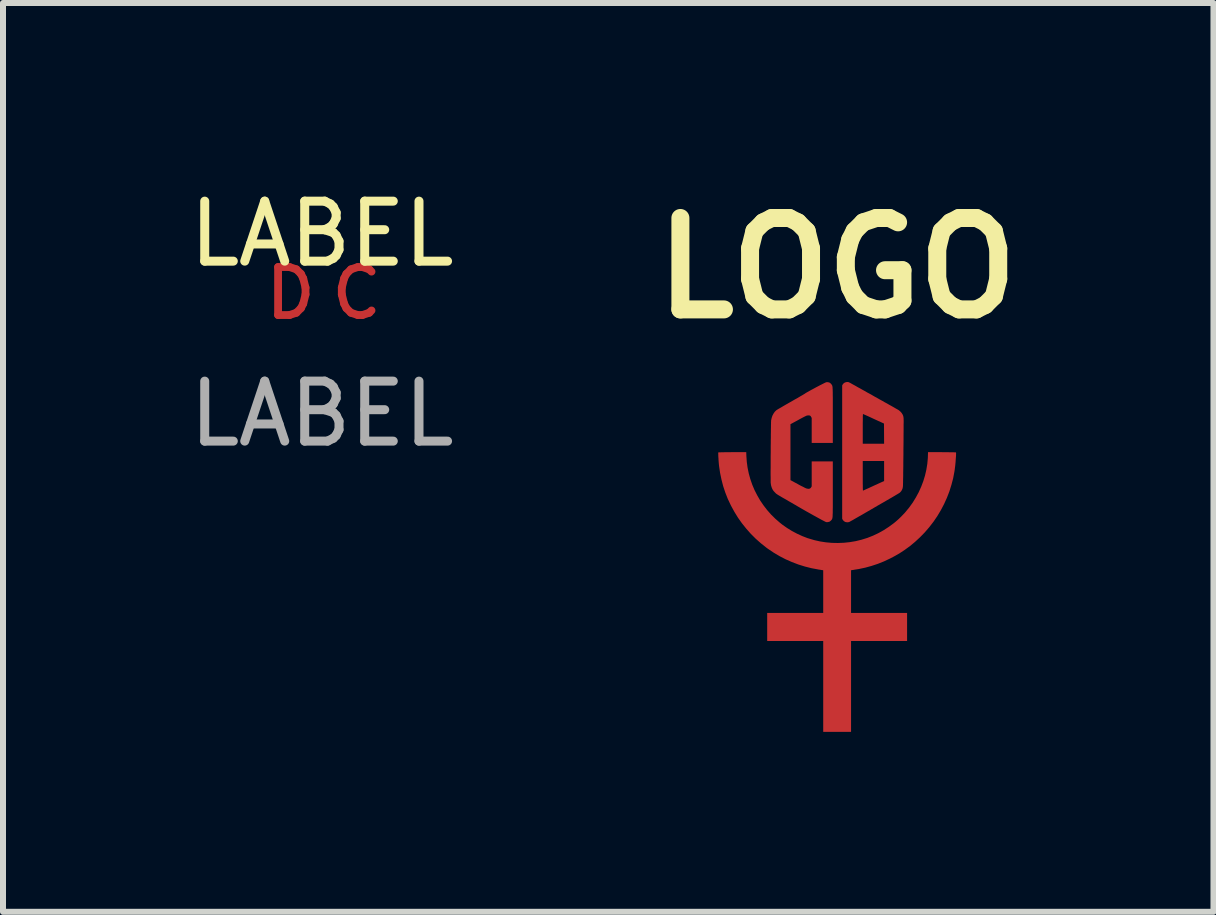
<source format=kicad_pcb>
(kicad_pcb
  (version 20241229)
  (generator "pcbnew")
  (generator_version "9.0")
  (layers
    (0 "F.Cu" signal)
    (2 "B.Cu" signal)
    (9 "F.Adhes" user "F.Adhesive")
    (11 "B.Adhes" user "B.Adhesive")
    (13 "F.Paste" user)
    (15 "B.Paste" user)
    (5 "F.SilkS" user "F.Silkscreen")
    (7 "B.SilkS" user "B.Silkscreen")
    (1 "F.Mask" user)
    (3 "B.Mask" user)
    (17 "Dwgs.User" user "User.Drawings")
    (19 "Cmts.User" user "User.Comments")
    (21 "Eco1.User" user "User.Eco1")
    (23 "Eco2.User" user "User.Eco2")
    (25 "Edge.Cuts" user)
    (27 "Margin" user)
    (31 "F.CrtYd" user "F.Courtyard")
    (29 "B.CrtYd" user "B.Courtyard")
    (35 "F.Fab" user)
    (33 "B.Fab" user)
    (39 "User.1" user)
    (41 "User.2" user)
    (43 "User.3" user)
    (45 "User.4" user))
  (footprint "LOGO"
    (layer "F.Cu")
    (at 10.904 6.418)
    (property "Reference" "LOGO" (at 0 -5 0) (layer "F.SilkS") (effects (font (size 1.524 1.524) (thickness 0.3))))
    (attr board_only exclude_from_pos_files exclude_from_bom)
    (fp_poly (pts (xy 0.188 -3.099) (xy 0.198 -3.095) (xy 0.202 -3.093) (xy 0.208 -3.09) (xy 0.22 -3.084) (xy 0.236 -3.075) (xy 0.257 -3.063) (xy 0.283 -3.049) (xy 0.312 -3.033) (xy 0.344 -3.014) (xy 0.38 -2.995) (xy 0.417 -2.974) (xy 0.457 -2.952) (xy 0.498 -2.928) (xy 0.541 -2.905) (xy 0.584 -2.881) (xy 0.627 -2.856) (xy 0.671 -2.832) (xy 0.713 -2.808) (xy 0.755 -2.785) (xy 0.795 -2.762) (xy 0.834 -2.741) (xy 0.87 -2.72) (xy 0.903 -2.702) (xy 0.933 -2.685) (xy 0.959 -2.67) (xy 0.981 -2.657) (xy 0.999 -2.647) (xy 1.012 -2.64) (xy 1.02 -2.635) (xy 1.021 -2.635) (xy 1.039 -2.621) (xy 1.057 -2.605) (xy 1.073 -2.587) (xy 1.085 -2.569) (xy 1.088 -2.564) (xy 1.094 -2.553) (xy 1.098 -2.543) (xy 1.102 -2.533) (xy 1.104 -2.522) (xy 1.106 -2.51) (xy 1.108 -2.495) (xy 1.108 -2.476) (xy 1.109 -2.454) (xy 1.109 -2.426) (xy 1.108 -2.398) (xy 1.108 -2.307) (xy 1.107 -2.219) (xy 1.107 -2.134) (xy 1.106 -2.052) (xy 1.105 -1.973) (xy 1.105 -1.898) (xy 1.104 -1.827) (xy 1.103 -1.761) (xy 1.103 -1.698) (xy 1.102 -1.64) (xy 1.101 -1.587) (xy 1.101 -1.539) (xy 1.1 -1.496) (xy 1.099 -1.459) (xy 1.099 -1.427) (xy 1.098 -1.401) (xy 1.098 -1.382) (xy 1.097 -1.369) (xy 1.097 -1.363) (xy 1.092 -1.331) (xy 1.082 -1.305) (xy 1.069 -1.282) (xy 1.051 -1.262) (xy 1.039 -1.252) (xy 1.033 -1.248) (xy 1.021 -1.241) (xy 1.005 -1.231) (xy 0.984 -1.219) (xy 0.96 -1.204) (xy 0.932 -1.188) (xy 0.902 -1.17) (xy 0.87 -1.152) (xy 0.836 -1.132) (xy 0.82 -1.123) (xy 0.749 -1.082) (xy 0.683 -1.044) (xy 0.623 -1.009) (xy 0.568 -0.977) (xy 0.518 -0.948) (xy 0.473 -0.922) (xy 0.432 -0.898) (xy 0.396 -0.877) (xy 0.363 -0.859) (xy 0.334 -0.842) (xy 0.309 -0.828) (xy 0.287 -0.815) (xy 0.268 -0.804) (xy 0.252 -0.795) (xy 0.239 -0.788) (xy 0.228 -0.782) (xy 0.219 -0.777) (xy 0.212 -0.773) (xy 0.207 -0.77) (xy 0.203 -0.768) (xy 0.2 -0.767) (xy 0.199 -0.766) (xy 0.181 -0.763) (xy 0.161 -0.763) (xy 0.141 -0.766) (xy 0.133 -0.769) (xy 0.112 -0.782) (xy 0.097 -0.799) (xy 0.091 -0.808) (xy 0.084 -0.822) (xy 0.084 -1.536) (xy 0.427 -1.536) (xy 0.427 -1.487) (xy 0.427 -1.445) (xy 0.427 -1.409) (xy 0.428 -1.378) (xy 0.428 -1.353) (xy 0.428 -1.332) (xy 0.429 -1.316) (xy 0.429 -1.304) (xy 0.43 -1.296) (xy 0.43 -1.291) (xy 0.431 -1.29) (xy 0.432 -1.29) (xy 0.435 -1.291) (xy 0.445 -1.296) (xy 0.459 -1.302) (xy 0.478 -1.311) (xy 0.501 -1.321) (xy 0.528 -1.333) (xy 0.557 -1.347) (xy 0.588 -1.361) (xy 0.609 -1.371) (xy 0.783 -1.45) (xy 0.783 -1.784) (xy 0.427 -1.784) (xy 0.427 -1.536) (xy 0.084 -1.536) (xy 0.084 -2.071) (xy 0.427 -2.071) (xy 0.783 -2.071) (xy 0.782 -2.24) (xy 0.781 -2.408) (xy 0.608 -2.487) (xy 0.576 -2.502) (xy 0.546 -2.516) (xy 0.518 -2.529) (xy 0.493 -2.54) (xy 0.471 -2.55) (xy 0.454 -2.557) (xy 0.441 -2.563) (xy 0.433 -2.566) (xy 0.432 -2.567) (xy 0.431 -2.566) (xy 0.43 -2.561) (xy 0.429 -2.554) (xy 0.429 -2.543) (xy 0.428 -2.528) (xy 0.428 -2.509) (xy 0.428 -2.485) (xy 0.428 -2.455) (xy 0.427 -2.421) (xy 0.427 -2.38) (xy 0.427 -2.333) (xy 0.427 -2.319) (xy 0.427 -2.071) (xy 0.084 -2.071) (xy 0.084 -3.044) (xy 0.094 -3.061) (xy 0.109 -3.079) (xy 0.127 -3.091) (xy 0.149 -3.098) (xy 0.162 -3.1) (xy 0.177 -3.1)) (stroke (width 0) (type solid)) (fill yes) (layer "F.Cu"))
    (fp_poly (pts (xy 1.747 -1.931) (xy 1.786 -1.93) (xy 1.823 -1.93) (xy 1.858 -1.93) (xy 1.889 -1.929) (xy 1.917 -1.929) (xy 1.941 -1.929) (xy 1.959 -1.928) (xy 1.972 -1.928) (xy 1.98 -1.927) (xy 1.981 -1.927) (xy 1.982 -1.922) (xy 1.983 -1.911) (xy 1.982 -1.895) (xy 1.982 -1.875) (xy 1.98 -1.851) (xy 1.978 -1.824) (xy 1.976 -1.795) (xy 1.974 -1.765) (xy 1.971 -1.734) (xy 1.968 -1.703) (xy 1.964 -1.674) (xy 1.961 -1.647) (xy 1.957 -1.622) (xy 1.955 -1.608) (xy 1.934 -1.496) (xy 1.905 -1.386) (xy 1.871 -1.277) (xy 1.83 -1.171) (xy 1.783 -1.067) (xy 1.73 -0.966) (xy 1.671 -0.867) (xy 1.607 -0.773) (xy 1.536 -0.681) (xy 1.461 -0.594) (xy 1.382 -0.513) (xy 1.3 -0.437) (xy 1.216 -0.367) (xy 1.128 -0.303) (xy 1.037 -0.243) (xy 0.94 -0.188) (xy 0.882 -0.158) (xy 0.78 -0.11) (xy 0.677 -0.069) (xy 0.574 -0.035) (xy 0.469 -0.006) (xy 0.361 0.017) (xy 0.316 0.024) (xy 0.295 0.027) (xy 0.276 0.031) (xy 0.259 0.033) (xy 0.247 0.035) (xy 0.241 0.036) (xy 0.24 0.036) (xy 0.232 0.038) (xy 0.232 0.749) (xy 1.166 0.749) (xy 1.166 1.217) (xy 0.232 1.217) (xy 0.232 2.731) (xy -0.232 2.731) (xy -0.232 1.217) (xy -1.166 1.217) (xy -1.166 0.749) (xy -0.232 0.749) (xy -0.232 0.038) (xy -0.24 0.036) (xy -0.246 0.035) (xy -0.257 0.034) (xy -0.273 0.031) (xy -0.292 0.028) (xy -0.313 0.025) (xy -0.316 0.024) (xy -0.428 0.003) (xy -0.539 -0.025) (xy -0.648 -0.059) (xy -0.755 -0.1) (xy -0.86 -0.146) (xy -0.962 -0.199) (xy -1.061 -0.258) (xy -1.156 -0.322) (xy -1.183 -0.342) (xy -1.272 -0.413) (xy -1.358 -0.489) (xy -1.439 -0.57) (xy -1.515 -0.656) (xy -1.587 -0.746) (xy -1.653 -0.839) (xy -1.713 -0.937) (xy -1.768 -1.037) (xy -1.817 -1.14) (xy -1.824 -1.155) (xy -1.865 -1.26) (xy -1.9 -1.366) (xy -1.928 -1.475) (xy -1.951 -1.585) (xy -1.968 -1.699) (xy -1.969 -1.709) (xy -1.971 -1.728) (xy -1.973 -1.751) (xy -1.975 -1.775) (xy -1.977 -1.8) (xy -1.978 -1.826) (xy -1.98 -1.85) (xy -1.981 -1.873) (xy -1.981 -1.893) (xy -1.982 -1.909) (xy -1.982 -1.921) (xy -1.981 -1.927) (xy -1.981 -1.927) (xy -1.977 -1.927) (xy -1.967 -1.928) (xy -1.951 -1.928) (xy -1.931 -1.929) (xy -1.905 -1.929) (xy -1.876 -1.93) (xy -1.843 -1.93) (xy -1.807 -1.93) (xy -1.769 -1.931) (xy -1.747 -1.931) (xy -1.515 -1.932) (xy -1.513 -1.869) (xy -1.506 -1.77) (xy -1.493 -1.673) (xy -1.473 -1.576) (xy -1.447 -1.482) (xy -1.415 -1.389) (xy -1.377 -1.299) (xy -1.332 -1.211) (xy -1.283 -1.126) (xy -1.227 -1.044) (xy -1.167 -0.966) (xy -1.101 -0.891) (xy -1.03 -0.821) (xy -0.954 -0.755) (xy -0.91 -0.72) (xy -0.834 -0.667) (xy -0.753 -0.617) (xy -0.668 -0.572) (xy -0.581 -0.532) (xy -0.493 -0.498) (xy -0.476 -0.493) (xy -0.382 -0.465) (xy -0.285 -0.443) (xy -0.187 -0.428) (xy -0.087 -0.419) (xy 0.013 -0.417) (xy 0.113 -0.421) (xy 0.21 -0.431) (xy 0.31 -0.448) (xy 0.408 -0.472) (xy 0.504 -0.502) (xy 0.598 -0.539) (xy 0.689 -0.582) (xy 0.777 -0.631) (xy 0.863 -0.687) (xy 0.946 -0.748) (xy 0.975 -0.772) (xy 0.997 -0.791) (xy 1.023 -0.814) (xy 1.05 -0.84) (xy 1.077 -0.867) (xy 1.103 -0.894) (xy 1.127 -0.919) (xy 1.138 -0.932) (xy 1.202 -1.01) (xy 1.261 -1.092) (xy 1.313 -1.177) (xy 1.36 -1.264) (xy 1.401 -1.355) (xy 1.436 -1.447) (xy 1.465 -1.542) (xy 1.487 -1.638) (xy 1.503 -1.736) (xy 1.512 -1.835) (xy 1.513 -1.869) (xy 1.515 -1.932)) (stroke (width 0) (type solid)) (fill yes) (layer "F.Cu"))
    (fp_poly (pts (xy -0.142 -3.095) (xy -0.124 -3.089) (xy -0.124 -3.089) (xy -0.113 -3.081) (xy -0.102 -3.07) (xy -0.092 -3.058) (xy -0.084 -3.046) (xy -0.083 -3.042) (xy -0.081 -3.037) (xy -0.08 -3.031) (xy -0.078 -3.025) (xy -0.077 -3.018) (xy -0.076 -3.009) (xy -0.076 -2.998) (xy -0.075 -2.985) (xy -0.074 -2.969) (xy -0.074 -2.951) (xy -0.073 -2.929) (xy -0.073 -2.904) (xy -0.073 -2.874) (xy -0.072 -2.84) (xy -0.072 -2.802) (xy -0.072 -2.758) (xy -0.072 -2.709) (xy -0.072 -2.654) (xy -0.072 -2.593) (xy -0.072 -2.535) (xy -0.072 -2.085) (xy -0.424 -2.085) (xy -0.424 -2.501) (xy -0.432 -2.516) (xy -0.441 -2.531) (xy -0.452 -2.54) (xy -0.467 -2.544) (xy -0.478 -2.544) (xy -0.493 -2.543) (xy -0.51 -2.539) (xy -0.516 -2.537) (xy -0.523 -2.533) (xy -0.536 -2.527) (xy -0.552 -2.519) (xy -0.573 -2.508) (xy -0.596 -2.496) (xy -0.622 -2.482) (xy -0.649 -2.467) (xy -0.656 -2.463) (xy -0.778 -2.397) (xy -0.778 -1.465) (xy -0.656 -1.399) (xy -0.629 -1.384) (xy -0.603 -1.37) (xy -0.578 -1.358) (xy -0.556 -1.347) (xy -0.538 -1.337) (xy -0.524 -1.331) (xy -0.515 -1.327) (xy -0.513 -1.326) (xy -0.489 -1.321) (xy -0.468 -1.32) (xy -0.452 -1.326) (xy -0.439 -1.336) (xy -0.432 -1.347) (xy -0.424 -1.361) (xy -0.424 -1.777) (xy -0.072 -1.777) (xy -0.072 -1.325) (xy -0.072 -1.258) (xy -0.072 -1.197) (xy -0.072 -1.142) (xy -0.072 -1.094) (xy -0.072 -1.05) (xy -0.072 -1.012) (xy -0.073 -0.978) (xy -0.073 -0.949) (xy -0.073 -0.923) (xy -0.074 -0.902) (xy -0.075 -0.884) (xy -0.075 -0.868) (xy -0.076 -0.856) (xy -0.077 -0.845) (xy -0.078 -0.837) (xy -0.08 -0.83) (xy -0.081 -0.824) (xy -0.083 -0.82) (xy -0.084 -0.816) (xy -0.086 -0.811) (xy -0.087 -0.811) (xy -0.094 -0.801) (xy -0.105 -0.789) (xy -0.118 -0.779) (xy -0.129 -0.771) (xy -0.134 -0.77) (xy -0.158 -0.765) (xy -0.18 -0.765) (xy -0.184 -0.766) (xy -0.19 -0.768) (xy -0.202 -0.774) (xy -0.218 -0.782) (xy -0.239 -0.793) (xy -0.264 -0.806) (xy -0.293 -0.822) (xy -0.324 -0.839) (xy -0.358 -0.858) (xy -0.395 -0.878) (xy -0.432 -0.899) (xy -0.471 -0.921) (xy -0.511 -0.943) (xy -0.551 -0.966) (xy -0.591 -0.989) (xy -0.629 -1.011) (xy -0.66 -1.029) (xy -0.69 -1.047) (xy -0.722 -1.065) (xy -0.754 -1.084) (xy -0.786 -1.102) (xy -0.815 -1.119) (xy -0.84 -1.134) (xy -0.861 -1.146) (xy -0.861 -1.146) (xy -0.895 -1.165) (xy -0.923 -1.181) (xy -0.946 -1.195) (xy -0.965 -1.206) (xy -0.98 -1.215) (xy -0.992 -1.223) (xy -1.002 -1.229) (xy -1.01 -1.235) (xy -1.017 -1.24) (xy -1.023 -1.245) (xy -1.028 -1.251) (xy -1.034 -1.257) (xy -1.037 -1.26) (xy -1.061 -1.286) (xy -1.079 -1.314) (xy -1.092 -1.345) (xy -1.102 -1.38) (xy -1.107 -1.417) (xy -1.108 -1.424) (xy -1.108 -1.439) (xy -1.108 -1.458) (xy -1.108 -1.484) (xy -1.108 -1.514) (xy -1.109 -1.548) (xy -1.109 -1.586) (xy -1.109 -1.628) (xy -1.108 -1.673) (xy -1.108 -1.72) (xy -1.108 -1.77) (xy -1.108 -1.821) (xy -1.108 -1.872) (xy -1.107 -1.925) (xy -1.107 -1.978) (xy -1.107 -2.03) (xy -1.106 -2.081) (xy -1.106 -2.131) (xy -1.105 -2.179) (xy -1.105 -2.225) (xy -1.104 -2.269) (xy -1.104 -2.309) (xy -1.103 -2.345) (xy -1.103 -2.377) (xy -1.102 -2.405) (xy -1.102 -2.427) (xy -1.101 -2.444) (xy -1.101 -2.454) (xy -1.101 -2.457) (xy -1.092 -2.5) (xy -1.079 -2.539) (xy -1.061 -2.573) (xy -1.04 -2.604) (xy -1.014 -2.629) (xy -1.012 -2.63) (xy -1.006 -2.635) (xy -0.994 -2.642) (xy -0.978 -2.652) (xy -0.957 -2.664) (xy -0.932 -2.678) (xy -0.904 -2.695) (xy -0.873 -2.713) (xy -0.84 -2.732) (xy -0.805 -2.752) (xy -0.769 -2.772) (xy -0.733 -2.793) (xy -0.698 -2.813) (xy -0.665 -2.831) (xy -0.635 -2.849) (xy -0.608 -2.865) (xy -0.585 -2.878) (xy -0.565 -2.89) (xy -0.55 -2.899) (xy -0.54 -2.905) (xy -0.535 -2.909) (xy -0.535 -2.909) (xy -0.529 -2.913) (xy -0.518 -2.92) (xy -0.502 -2.929) (xy -0.482 -2.94) (xy -0.459 -2.953) (xy -0.434 -2.967) (xy -0.406 -2.982) (xy -0.378 -2.997) (xy -0.349 -3.013) (xy -0.32 -3.028) (xy -0.292 -3.043) (xy -0.266 -3.056) (xy -0.242 -3.068) (xy -0.221 -3.079) (xy -0.204 -3.087) (xy -0.191 -3.093) (xy -0.184 -3.096) (xy -0.182 -3.097) (xy -0.163 -3.098)) (stroke (width 0) (type solid)) (fill yes) (layer "F.Cu")))
  (footprint "LABEL"
    (layer "F.Cu")
    (at 2.315 1.348)
    (property "Reference" "LABEL" (at 0 -0.5 0) (unlocked yes) (layer "F.SilkS") (effects (font (size 1 1) (thickness 0.15))))
    (attr smd board_only exclude_from_pos_files exclude_from_bom)
    (fp_text user "D" (at -0.52 0.49 0) (unlocked yes) (layer "F.Cu") (effects (font (size 0.8 0.8) (thickness 0.13))))
    (fp_text user "C" (at 0.58 0.49 0) (unlocked yes) (layer "F.Cu") (effects (font (size 0.8 0.8) (thickness 0.13))))
    (fp_text user "${REFERENCE}" (at 0 2.5 0) (unlocked yes) (layer "F.Fab") (effects (font (size 1 1) (thickness 0.15)))))
  (gr_rect
    (start -3 -3)
    (end 17.177 12.149)
    (stroke (width 0.1) (type default))
    (fill no)
    (layer "Edge.Cuts")))
</source>
